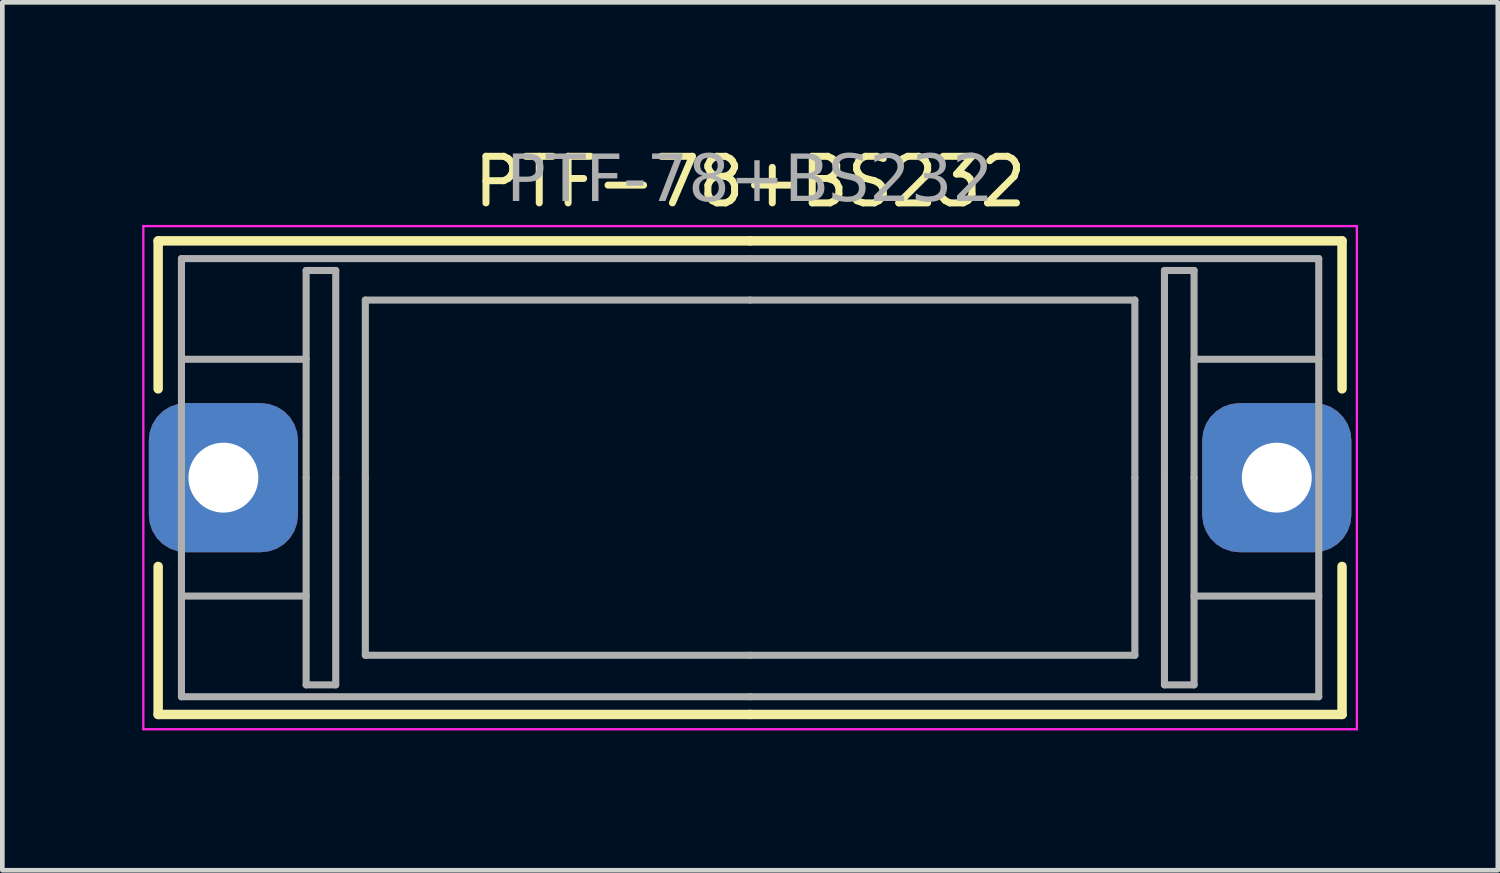
<source format=kicad_pcb>
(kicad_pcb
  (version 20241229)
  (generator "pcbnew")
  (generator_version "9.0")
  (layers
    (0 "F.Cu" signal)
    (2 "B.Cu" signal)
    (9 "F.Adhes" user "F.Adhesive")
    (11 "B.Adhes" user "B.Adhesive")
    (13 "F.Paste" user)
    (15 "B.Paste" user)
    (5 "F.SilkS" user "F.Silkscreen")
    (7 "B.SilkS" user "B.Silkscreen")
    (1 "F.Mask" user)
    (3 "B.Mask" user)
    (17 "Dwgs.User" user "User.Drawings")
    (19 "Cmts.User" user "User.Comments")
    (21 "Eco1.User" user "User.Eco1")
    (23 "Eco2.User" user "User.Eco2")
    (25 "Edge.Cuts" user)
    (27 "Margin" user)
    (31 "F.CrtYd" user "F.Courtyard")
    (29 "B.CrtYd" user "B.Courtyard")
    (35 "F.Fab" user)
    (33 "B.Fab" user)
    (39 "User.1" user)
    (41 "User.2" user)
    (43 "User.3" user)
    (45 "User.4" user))
  (footprint "PTF-78+BS232"
    (layer "F.Cu")
    (at 13.043 7.198)
    (property "Reference" "PTF-78+BS232" (at 0 -6.35 0) (unlocked yes) (layer "F.SilkS") (effects (font (size 1 1) (thickness 0.15))))
    (attr through_hole)
    (fp_line (start -12.7 -1.905) (end -12.7 -5.08) (stroke (width 0.203) (type solid)) (layer "F.SilkS"))
    (fp_line (start -12.7 1.905) (end -12.7 5.08) (stroke (width 0.203) (type solid)) (layer "F.SilkS"))
    (fp_line (start 0 -5.08) (end -12.7 -5.08) (stroke (width 0.203) (type solid)) (layer "F.SilkS"))
    (fp_line (start 0 -5.08) (end 12.7 -5.08) (stroke (width 0.203) (type solid)) (layer "F.SilkS"))
    (fp_line (start 0 5.08) (end -12.7 5.08) (stroke (width 0.203) (type solid)) (layer "F.SilkS"))
    (fp_line (start 0 5.08) (end 12.7 5.08) (stroke (width 0.203) (type solid)) (layer "F.SilkS"))
    (fp_line (start 12.7 -1.905) (end 12.7 -5.08) (stroke (width 0.203) (type solid)) (layer "F.SilkS"))
    (fp_line (start 12.7 1.905) (end 12.7 5.08) (stroke (width 0.203) (type solid)) (layer "F.SilkS"))
    (fp_line (start -13.018 -5.397) (end -13.018 5.397) (stroke (width 0.05) (type solid)) (layer "F.CrtYd"))
    (fp_line (start 13.018 -5.397) (end -13.018 -5.397) (stroke (width 0.05) (type solid)) (layer "F.CrtYd"))
    (fp_line (start 13.018 -5.397) (end 13.018 5.397) (stroke (width 0.05) (type solid)) (layer "F.CrtYd"))
    (fp_line (start 13.018 5.397) (end -13.018 5.397) (stroke (width 0.05) (type solid)) (layer "F.CrtYd"))
    (fp_line (start -12.2 0) (end -12.2 -4.7) (stroke (width 0.152) (type solid)) (layer "F.Fab"))
    (fp_line (start -12.2 0) (end -12.2 4.7) (stroke (width 0.152) (type solid)) (layer "F.Fab"))
    (fp_line (start -9.525 -2.54) (end -12.2 -2.54) (stroke (width 0.152) (type solid)) (layer "F.Fab"))
    (fp_line (start -9.525 0) (end -9.525 -4.445) (stroke (width 0.152) (type solid)) (layer "F.Fab"))
    (fp_line (start -9.525 0) (end -9.525 4.445) (stroke (width 0.152) (type solid)) (layer "F.Fab"))
    (fp_line (start -9.525 2.54) (end -12.2 2.54) (stroke (width 0.152) (type solid)) (layer "F.Fab"))
    (fp_line (start -8.89 -4.445) (end -9.525 -4.445) (stroke (width 0.152) (type solid)) (layer "F.Fab"))
    (fp_line (start -8.89 0) (end -8.89 -4.445) (stroke (width 0.152) (type solid)) (layer "F.Fab"))
    (fp_line (start -8.89 0) (end -8.89 4.445) (stroke (width 0.152) (type solid)) (layer "F.Fab"))
    (fp_line (start -8.89 4.445) (end -9.525 4.445) (stroke (width 0.152) (type solid)) (layer "F.Fab"))
    (fp_line (start -8.255 0) (end -8.255 -3.81) (stroke (width 0.152) (type solid)) (layer "F.Fab"))
    (fp_line (start -8.255 0) (end -8.255 3.81) (stroke (width 0.152) (type solid)) (layer "F.Fab"))
    (fp_line (start 0 -4.7) (end -12.2 -4.7) (stroke (width 0.152) (type solid)) (layer "F.Fab"))
    (fp_line (start 0 -4.7) (end 12.2 -4.7) (stroke (width 0.152) (type solid)) (layer "F.Fab"))
    (fp_line (start 0 -3.81) (end -8.255 -3.81) (stroke (width 0.152) (type solid)) (layer "F.Fab"))
    (fp_line (start 0 -3.81) (end 8.255 -3.81) (stroke (width 0.152) (type solid)) (layer "F.Fab"))
    (fp_line (start 0 3.81) (end -8.255 3.81) (stroke (width 0.152) (type solid)) (layer "F.Fab"))
    (fp_line (start 0 3.81) (end 8.255 3.81) (stroke (width 0.152) (type solid)) (layer "F.Fab"))
    (fp_line (start 0 4.7) (end -12.2 4.7) (stroke (width 0.152) (type solid)) (layer "F.Fab"))
    (fp_line (start 0 4.7) (end 12.2 4.7) (stroke (width 0.152) (type solid)) (layer "F.Fab"))
    (fp_line (start 8.255 0) (end 8.255 -3.81) (stroke (width 0.152) (type solid)) (layer "F.Fab"))
    (fp_line (start 8.255 0) (end 8.255 3.81) (stroke (width 0.152) (type solid)) (layer "F.Fab"))
    (fp_line (start 8.89 -4.445) (end 9.525 -4.445) (stroke (width 0.152) (type solid)) (layer "F.Fab"))
    (fp_line (start 8.89 0) (end 8.89 -4.445) (stroke (width 0.152) (type solid)) (layer "F.Fab"))
    (fp_line (start 8.89 0) (end 8.89 4.445) (stroke (width 0.152) (type solid)) (layer "F.Fab"))
    (fp_line (start 8.89 4.445) (end 9.525 4.445) (stroke (width 0.152) (type solid)) (layer "F.Fab"))
    (fp_line (start 9.525 -2.54) (end 12.2 -2.54) (stroke (width 0.152) (type solid)) (layer "F.Fab"))
    (fp_line (start 9.525 0) (end 9.525 -4.445) (stroke (width 0.152) (type solid)) (layer "F.Fab"))
    (fp_line (start 9.525 0) (end 9.525 4.445) (stroke (width 0.152) (type solid)) (layer "F.Fab"))
    (fp_line (start 9.525 2.54) (end 12.2 2.54) (stroke (width 0.152) (type solid)) (layer "F.Fab"))
    (fp_line (start 12.2 0) (end 12.2 -4.7) (stroke (width 0.152) (type solid)) (layer "F.Fab"))
    (fp_line (start 12.2 0) (end 12.2 4.7) (stroke (width 0.152) (type solid)) (layer "F.Fab"))
    (fp_text user "${REFERENCE}" (at 0 -6.35 0) (layer "F.Fab") (effects (font (face "Tahoma") (size 1 1) (thickness 0.15))))
    (pad "1" thru_hole roundrect (at -11.3 0 90) (size 3.2 3.2) (drill 1.5) (layers "*.Cu" "*.Mask") (roundrect_rratio 0.25))
    (pad "2" thru_hole roundrect (at 11.3 0 90) (size 3.2 3.2) (drill 1.5) (layers "*.Cu" "*.Mask") (roundrect_rratio 0.25)))
  (gr_rect
    (start -3 -3)
    (end 29.085 15.621)
    (stroke (width 0.1) (type default))
    (fill no)
    (layer "Edge.Cuts")))
</source>
